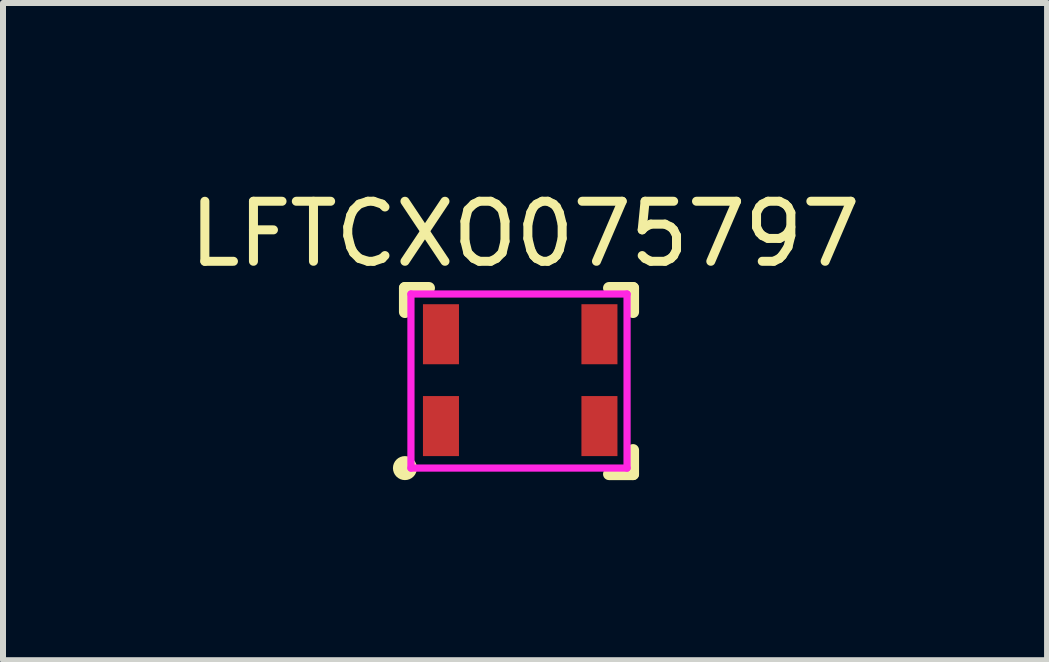
<source format=kicad_pcb>
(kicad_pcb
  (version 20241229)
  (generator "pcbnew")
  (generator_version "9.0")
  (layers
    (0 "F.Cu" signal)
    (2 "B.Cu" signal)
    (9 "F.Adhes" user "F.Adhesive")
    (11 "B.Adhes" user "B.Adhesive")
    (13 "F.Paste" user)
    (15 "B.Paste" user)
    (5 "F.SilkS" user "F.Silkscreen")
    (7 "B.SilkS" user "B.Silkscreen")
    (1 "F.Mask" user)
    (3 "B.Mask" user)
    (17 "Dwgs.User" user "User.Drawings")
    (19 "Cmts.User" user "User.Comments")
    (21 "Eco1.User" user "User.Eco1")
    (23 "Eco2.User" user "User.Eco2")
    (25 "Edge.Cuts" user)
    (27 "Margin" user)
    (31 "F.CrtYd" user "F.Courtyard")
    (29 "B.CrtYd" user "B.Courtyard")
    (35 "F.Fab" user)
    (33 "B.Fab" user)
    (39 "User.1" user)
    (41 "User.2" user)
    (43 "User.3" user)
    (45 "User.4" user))
  (footprint "LFTCXO075797"
    (layer "F.Cu")
    (at 4.296 4.048)
    (property "Reference" "LFTCXO075797" (at 1.4 -3.2 0) (layer "F.SilkS") (effects (font (size 1 1) (thickness 0.15))))
    (attr through_hole)
    (fp_line (start -0.6 -2.3) (end -0.2 -2.3) (stroke (width 0.2) (type solid)) (layer "F.SilkS"))
    (fp_line (start -0.6 -1.9) (end -0.6 -2.3) (stroke (width 0.2) (type solid)) (layer "F.SilkS"))
    (fp_line (start 2.8 -2.3) (end 3.2 -2.3) (stroke (width 0.2) (type solid)) (layer "F.SilkS"))
    (fp_line (start 3.2 -2.3) (end 3.2 -1.9) (stroke (width 0.2) (type solid)) (layer "F.SilkS"))
    (fp_line (start 3.2 0.4) (end 3.2 0.8) (stroke (width 0.2) (type solid)) (layer "F.SilkS"))
    (fp_line (start 3.2 0.8) (end 2.8 0.8) (stroke (width 0.2) (type solid)) (layer "F.SilkS"))
    (fp_circle (center -0.6 0.7) (end -0.6 0.6) (stroke (width 0.2) (type solid)) (fill no) (layer "F.SilkS"))
    (fp_line (start -0.5 -2.2) (end -0.5 0.7) (stroke (width 0.12) (type solid)) (layer "F.CrtYd"))
    (fp_line (start -0.5 0.7) (end 3.1 0.7) (stroke (width 0.12) (type solid)) (layer "F.CrtYd"))
    (fp_line (start 3.1 -2.2) (end -0.5 -2.2) (stroke (width 0.12) (type solid)) (layer "F.CrtYd"))
    (fp_line (start 3.1 0.7) (end 3.1 -2.2) (stroke (width 0.12) (type solid)) (layer "F.CrtYd"))
    (pad "1" smd rect (at 0 0) (size 0.6 1) (layers "F.Cu" "F.Mask" "F.Paste"))
    (pad "2" smd rect (at 2.64 0) (size 0.6 1) (layers "F.Cu" "F.Mask" "F.Paste"))
    (pad "3" smd rect (at 2.64 -1.53) (size 0.6 1) (layers "F.Cu" "F.Mask" "F.Paste"))
    (pad "4" smd rect (at 0 -1.53) (size 0.6 1) (layers "F.Cu" "F.Mask" "F.Paste")))
  (gr_rect
    (start -3 -3)
    (end 14.393 7.948)
    (stroke (width 0.1) (type default))
    (fill no)
    (layer "Edge.Cuts")))
</source>
